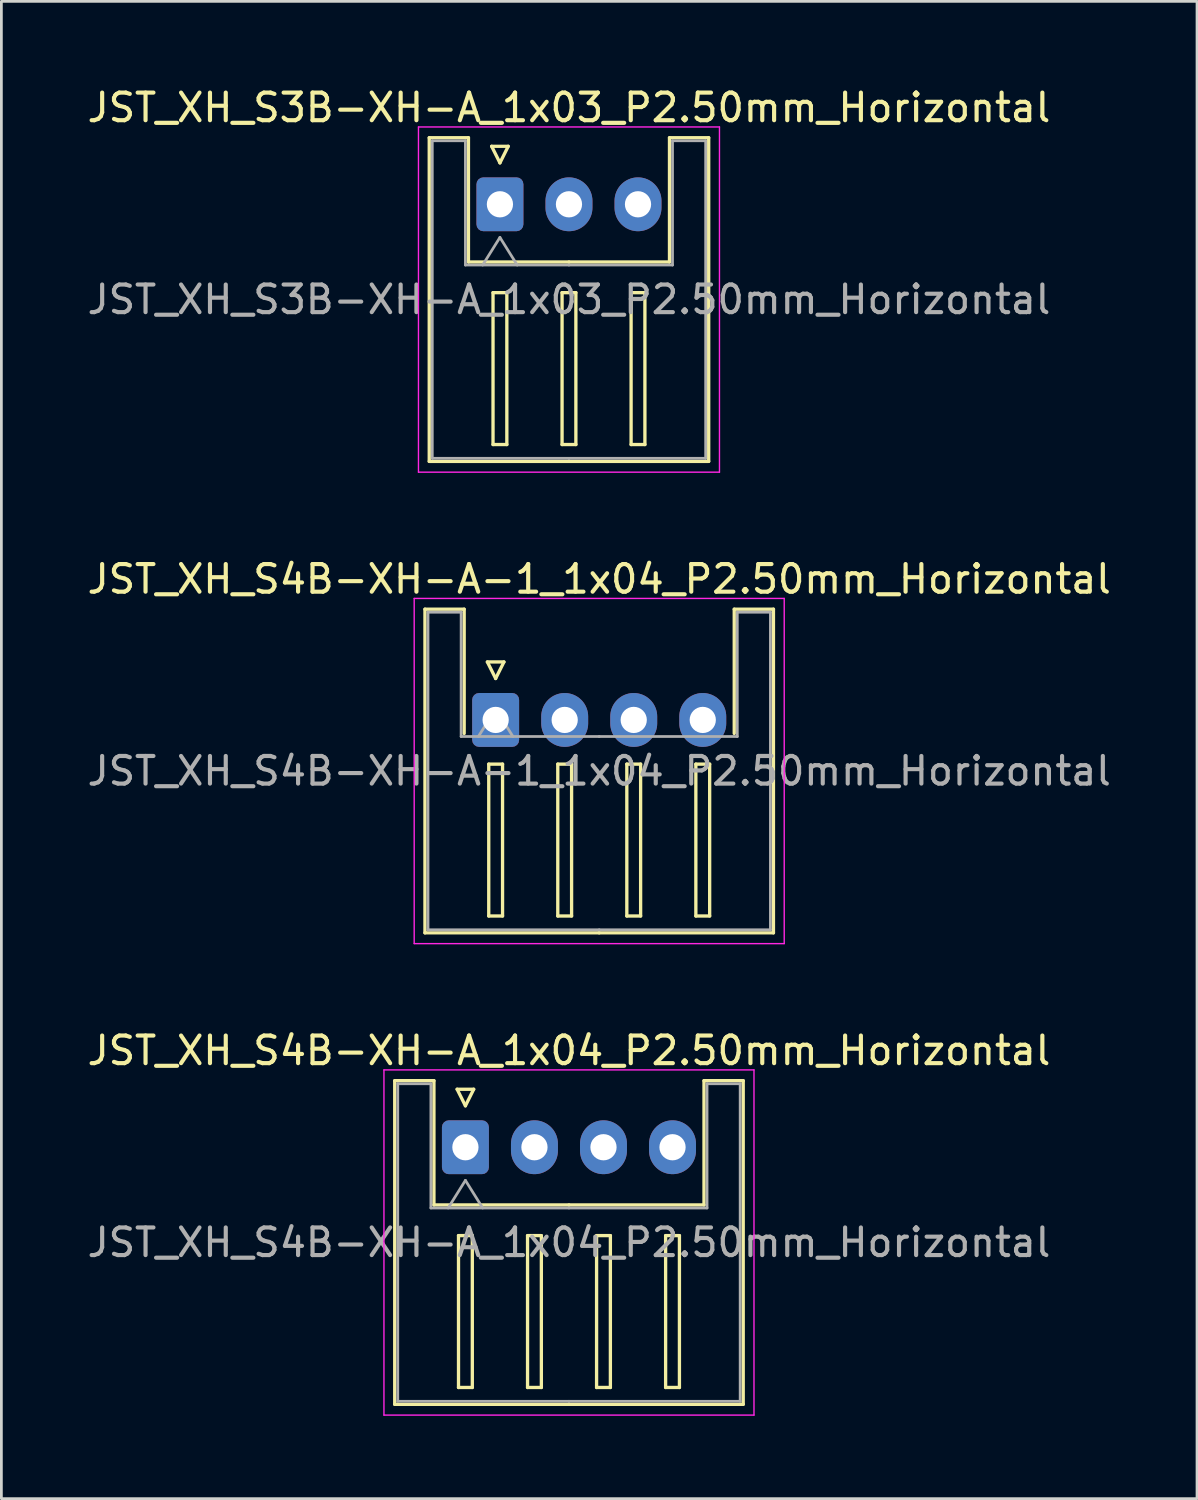
<source format=kicad_pcb>
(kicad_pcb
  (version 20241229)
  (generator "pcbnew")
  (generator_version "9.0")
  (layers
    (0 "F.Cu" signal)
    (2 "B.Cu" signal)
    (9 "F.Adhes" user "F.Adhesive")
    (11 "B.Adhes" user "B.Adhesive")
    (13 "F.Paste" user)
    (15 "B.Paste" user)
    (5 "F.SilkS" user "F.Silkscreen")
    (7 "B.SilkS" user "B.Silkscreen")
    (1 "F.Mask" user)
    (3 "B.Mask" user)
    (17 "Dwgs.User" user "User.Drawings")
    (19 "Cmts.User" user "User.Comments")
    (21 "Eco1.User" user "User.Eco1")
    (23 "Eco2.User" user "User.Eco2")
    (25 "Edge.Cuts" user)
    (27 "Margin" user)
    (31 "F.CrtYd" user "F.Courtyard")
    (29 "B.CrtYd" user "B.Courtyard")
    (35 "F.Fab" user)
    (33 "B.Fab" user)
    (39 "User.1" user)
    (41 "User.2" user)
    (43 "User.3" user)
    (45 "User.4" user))
  (footprint "JST_XH_S4B-XH-A-1_1x04_P2.50mm_Horizontal"
    (layer "F.Cu")
    (at 14.899 23.021)
    (property "Reference" "JST_XH_S4B-XH-A-1_1x04_P2.50mm_Horizontal" (at 3.75 -5.1 0) (layer "F.SilkS") (effects (font (size 1 1) (thickness 0.15))))
    (attr through_hole)
    (fp_line (start -2.56 -4.01) (end -1.14 -4.01) (stroke (width 0.12) (type solid)) (layer "F.SilkS"))
    (fp_line (start -2.56 7.71) (end -2.56 -4.01) (stroke (width 0.12) (type solid)) (layer "F.SilkS"))
    (fp_line (start -1.14 -4.01) (end -1.14 0.49) (stroke (width 0.12) (type solid)) (layer "F.SilkS"))
    (fp_line (start -0.3 -2.1) (end 0.3 -2.1) (stroke (width 0.12) (type solid)) (layer "F.SilkS"))
    (fp_line (start -0.25 1.6) (end -0.25 7.1) (stroke (width 0.12) (type solid)) (layer "F.SilkS"))
    (fp_line (start -0.25 7.1) (end 0.25 7.1) (stroke (width 0.12) (type solid)) (layer "F.SilkS"))
    (fp_line (start 0 -1.5) (end -0.3 -2.1) (stroke (width 0.12) (type solid)) (layer "F.SilkS"))
    (fp_line (start 0.25 1.6) (end -0.25 1.6) (stroke (width 0.12) (type solid)) (layer "F.SilkS"))
    (fp_line (start 0.25 7.1) (end 0.25 1.6) (stroke (width 0.12) (type solid)) (layer "F.SilkS"))
    (fp_line (start 0.3 -2.1) (end 0 -1.5) (stroke (width 0.12) (type solid)) (layer "F.SilkS"))
    (fp_line (start 2.25 1.6) (end 2.25 7.1) (stroke (width 0.12) (type solid)) (layer "F.SilkS"))
    (fp_line (start 2.25 7.1) (end 2.75 7.1) (stroke (width 0.12) (type solid)) (layer "F.SilkS"))
    (fp_line (start 2.75 1.6) (end 2.25 1.6) (stroke (width 0.12) (type solid)) (layer "F.SilkS"))
    (fp_line (start 2.75 7.1) (end 2.75 1.6) (stroke (width 0.12) (type solid)) (layer "F.SilkS"))
    (fp_line (start 3.75 7.71) (end -2.56 7.71) (stroke (width 0.12) (type solid)) (layer "F.SilkS"))
    (fp_line (start 3.75 7.71) (end 10.06 7.71) (stroke (width 0.12) (type solid)) (layer "F.SilkS"))
    (fp_line (start 4.75 1.6) (end 4.75 7.1) (stroke (width 0.12) (type solid)) (layer "F.SilkS"))
    (fp_line (start 4.75 7.1) (end 5.25 7.1) (stroke (width 0.12) (type solid)) (layer "F.SilkS"))
    (fp_line (start 5.25 1.6) (end 4.75 1.6) (stroke (width 0.12) (type solid)) (layer "F.SilkS"))
    (fp_line (start 5.25 7.1) (end 5.25 1.6) (stroke (width 0.12) (type solid)) (layer "F.SilkS"))
    (fp_line (start 7.25 1.6) (end 7.25 7.1) (stroke (width 0.12) (type solid)) (layer "F.SilkS"))
    (fp_line (start 7.25 7.1) (end 7.75 7.1) (stroke (width 0.12) (type solid)) (layer "F.SilkS"))
    (fp_line (start 7.75 1.6) (end 7.25 1.6) (stroke (width 0.12) (type solid)) (layer "F.SilkS"))
    (fp_line (start 7.75 7.1) (end 7.75 1.6) (stroke (width 0.12) (type solid)) (layer "F.SilkS"))
    (fp_line (start 8.64 -4.01) (end 8.64 0.49) (stroke (width 0.12) (type solid)) (layer "F.SilkS"))
    (fp_line (start 10.06 -4.01) (end 8.64 -4.01) (stroke (width 0.12) (type solid)) (layer "F.SilkS"))
    (fp_line (start 10.06 7.71) (end 10.06 -4.01) (stroke (width 0.12) (type solid)) (layer "F.SilkS"))
    (fp_line (start -2.95 -4.4) (end -2.95 8.1) (stroke (width 0.05) (type solid)) (layer "F.CrtYd"))
    (fp_line (start -2.95 8.1) (end 10.45 8.1) (stroke (width 0.05) (type solid)) (layer "F.CrtYd"))
    (fp_line (start 10.45 -4.4) (end -2.95 -4.4) (stroke (width 0.05) (type solid)) (layer "F.CrtYd"))
    (fp_line (start 10.45 8.1) (end 10.45 -4.4) (stroke (width 0.05) (type solid)) (layer "F.CrtYd"))
    (fp_line (start -2.45 -3.9) (end -1.25 -3.9) (stroke (width 0.1) (type solid)) (layer "F.Fab"))
    (fp_line (start -2.45 7.6) (end -2.45 -3.9) (stroke (width 0.1) (type solid)) (layer "F.Fab"))
    (fp_line (start -1.25 -3.9) (end -1.25 0.6) (stroke (width 0.1) (type solid)) (layer "F.Fab"))
    (fp_line (start -1.25 0.6) (end 3.75 0.6) (stroke (width 0.1) (type solid)) (layer "F.Fab"))
    (fp_line (start -0.625 0.6) (end 0 -0.4) (stroke (width 0.1) (type solid)) (layer "F.Fab"))
    (fp_line (start 0 -0.4) (end 0.625 0.6) (stroke (width 0.1) (type solid)) (layer "F.Fab"))
    (fp_line (start 3.75 7.6) (end -2.45 7.6) (stroke (width 0.1) (type solid)) (layer "F.Fab"))
    (fp_line (start 3.75 7.6) (end 9.95 7.6) (stroke (width 0.1) (type solid)) (layer "F.Fab"))
    (fp_line (start 8.75 -3.9) (end 8.75 0.6) (stroke (width 0.1) (type solid)) (layer "F.Fab"))
    (fp_line (start 8.75 0.6) (end 3.75 0.6) (stroke (width 0.1) (type solid)) (layer "F.Fab"))
    (fp_line (start 9.95 -3.9) (end 8.75 -3.9) (stroke (width 0.1) (type solid)) (layer "F.Fab"))
    (fp_line (start 9.95 7.6) (end 9.95 -3.9) (stroke (width 0.1) (type solid)) (layer "F.Fab"))
    (fp_text user "${REFERENCE}" (at 3.75 1.85 0) (layer "F.Fab") (effects (font (size 1 1) (thickness 0.15))))
    (pad "1" thru_hole roundrect (at 0 0) (size 1.7 1.95) (drill 0.95) (layers "*.Cu" "*.Mask") (roundrect_rratio 0.147))
    (pad "2" thru_hole oval (at 2.5 0) (size 1.7 1.95) (drill 0.95) (layers "*.Cu" "*.Mask"))
    (pad "3" thru_hole oval (at 5 0) (size 1.7 1.95) (drill 0.95) (layers "*.Cu" "*.Mask"))
    (pad "4" thru_hole oval (at 7.5 0) (size 1.7 1.95) (drill 0.95) (layers "*.Cu" "*.Mask")))
  (footprint "JST_XH_S4B-XH-A_1x04_P2.50mm_Horizontal"
    (layer "F.Cu")
    (at 13.804 38.495)
    (property "Reference" "JST_XH_S4B-XH-A_1x04_P2.50mm_Horizontal" (at 3.75 -3.5 0) (layer "F.SilkS") (effects (font (size 1 1) (thickness 0.15))))
    (attr through_hole)
    (fp_line (start -2.56 -2.41) (end -1.14 -2.41) (stroke (width 0.12) (type solid)) (layer "F.SilkS"))
    (fp_line (start -2.56 9.31) (end -2.56 -2.41) (stroke (width 0.12) (type solid)) (layer "F.SilkS"))
    (fp_line (start -1.14 -2.41) (end -1.14 2.09) (stroke (width 0.12) (type solid)) (layer "F.SilkS"))
    (fp_line (start -1.14 2.09) (end 3.75 2.09) (stroke (width 0.12) (type solid)) (layer "F.SilkS"))
    (fp_line (start -0.3 -2.1) (end 0.3 -2.1) (stroke (width 0.12) (type solid)) (layer "F.SilkS"))
    (fp_line (start -0.25 3.2) (end -0.25 8.7) (stroke (width 0.12) (type solid)) (layer "F.SilkS"))
    (fp_line (start -0.25 8.7) (end 0.25 8.7) (stroke (width 0.12) (type solid)) (layer "F.SilkS"))
    (fp_line (start 0 -1.5) (end -0.3 -2.1) (stroke (width 0.12) (type solid)) (layer "F.SilkS"))
    (fp_line (start 0.25 3.2) (end -0.25 3.2) (stroke (width 0.12) (type solid)) (layer "F.SilkS"))
    (fp_line (start 0.25 8.7) (end 0.25 3.2) (stroke (width 0.12) (type solid)) (layer "F.SilkS"))
    (fp_line (start 0.3 -2.1) (end 0 -1.5) (stroke (width 0.12) (type solid)) (layer "F.SilkS"))
    (fp_line (start 2.25 3.2) (end 2.25 8.7) (stroke (width 0.12) (type solid)) (layer "F.SilkS"))
    (fp_line (start 2.25 8.7) (end 2.75 8.7) (stroke (width 0.12) (type solid)) (layer "F.SilkS"))
    (fp_line (start 2.75 3.2) (end 2.25 3.2) (stroke (width 0.12) (type solid)) (layer "F.SilkS"))
    (fp_line (start 2.75 8.7) (end 2.75 3.2) (stroke (width 0.12) (type solid)) (layer "F.SilkS"))
    (fp_line (start 3.75 9.31) (end -2.56 9.31) (stroke (width 0.12) (type solid)) (layer "F.SilkS"))
    (fp_line (start 3.75 9.31) (end 10.06 9.31) (stroke (width 0.12) (type solid)) (layer "F.SilkS"))
    (fp_line (start 4.75 3.2) (end 4.75 8.7) (stroke (width 0.12) (type solid)) (layer "F.SilkS"))
    (fp_line (start 4.75 8.7) (end 5.25 8.7) (stroke (width 0.12) (type solid)) (layer "F.SilkS"))
    (fp_line (start 5.25 3.2) (end 4.75 3.2) (stroke (width 0.12) (type solid)) (layer "F.SilkS"))
    (fp_line (start 5.25 8.7) (end 5.25 3.2) (stroke (width 0.12) (type solid)) (layer "F.SilkS"))
    (fp_line (start 7.25 3.2) (end 7.25 8.7) (stroke (width 0.12) (type solid)) (layer "F.SilkS"))
    (fp_line (start 7.25 8.7) (end 7.75 8.7) (stroke (width 0.12) (type solid)) (layer "F.SilkS"))
    (fp_line (start 7.75 3.2) (end 7.25 3.2) (stroke (width 0.12) (type solid)) (layer "F.SilkS"))
    (fp_line (start 7.75 8.7) (end 7.75 3.2) (stroke (width 0.12) (type solid)) (layer "F.SilkS"))
    (fp_line (start 8.64 -2.41) (end 8.64 2.09) (stroke (width 0.12) (type solid)) (layer "F.SilkS"))
    (fp_line (start 8.64 2.09) (end 3.75 2.09) (stroke (width 0.12) (type solid)) (layer "F.SilkS"))
    (fp_line (start 10.06 -2.41) (end 8.64 -2.41) (stroke (width 0.12) (type solid)) (layer "F.SilkS"))
    (fp_line (start 10.06 9.31) (end 10.06 -2.41) (stroke (width 0.12) (type solid)) (layer "F.SilkS"))
    (fp_line (start -2.95 -2.8) (end -2.95 9.7) (stroke (width 0.05) (type solid)) (layer "F.CrtYd"))
    (fp_line (start -2.95 9.7) (end 10.45 9.7) (stroke (width 0.05) (type solid)) (layer "F.CrtYd"))
    (fp_line (start 10.45 -2.8) (end -2.95 -2.8) (stroke (width 0.05) (type solid)) (layer "F.CrtYd"))
    (fp_line (start 10.45 9.7) (end 10.45 -2.8) (stroke (width 0.05) (type solid)) (layer "F.CrtYd"))
    (fp_line (start -2.45 -2.3) (end -1.25 -2.3) (stroke (width 0.1) (type solid)) (layer "F.Fab"))
    (fp_line (start -2.45 9.2) (end -2.45 -2.3) (stroke (width 0.1) (type solid)) (layer "F.Fab"))
    (fp_line (start -1.25 -2.3) (end -1.25 2.2) (stroke (width 0.1) (type solid)) (layer "F.Fab"))
    (fp_line (start -1.25 2.2) (end 3.75 2.2) (stroke (width 0.1) (type solid)) (layer "F.Fab"))
    (fp_line (start -0.625 2.2) (end 0 1.2) (stroke (width 0.1) (type solid)) (layer "F.Fab"))
    (fp_line (start 0 1.2) (end 0.625 2.2) (stroke (width 0.1) (type solid)) (layer "F.Fab"))
    (fp_line (start 3.75 9.2) (end -2.45 9.2) (stroke (width 0.1) (type solid)) (layer "F.Fab"))
    (fp_line (start 3.75 9.2) (end 9.95 9.2) (stroke (width 0.1) (type solid)) (layer "F.Fab"))
    (fp_line (start 8.75 -2.3) (end 8.75 2.2) (stroke (width 0.1) (type solid)) (layer "F.Fab"))
    (fp_line (start 8.75 2.2) (end 3.75 2.2) (stroke (width 0.1) (type solid)) (layer "F.Fab"))
    (fp_line (start 9.95 -2.3) (end 8.75 -2.3) (stroke (width 0.1) (type solid)) (layer "F.Fab"))
    (fp_line (start 9.95 9.2) (end 9.95 -2.3) (stroke (width 0.1) (type solid)) (layer "F.Fab"))
    (fp_text user "${REFERENCE}" (at 3.75 3.45 0) (layer "F.Fab") (effects (font (size 1 1) (thickness 0.15))))
    (pad "1" thru_hole roundrect (at 0 0) (size 1.7 1.95) (drill 0.95) (layers "*.Cu" "*.Mask") (roundrect_rratio 0.147))
    (pad "2" thru_hole oval (at 2.5 0) (size 1.7 1.95) (drill 0.95) (layers "*.Cu" "*.Mask"))
    (pad "3" thru_hole oval (at 5 0) (size 1.7 1.95) (drill 0.95) (layers "*.Cu" "*.Mask"))
    (pad "4" thru_hole oval (at 7.5 0) (size 1.7 1.95) (drill 0.95) (layers "*.Cu" "*.Mask")))
  (footprint "JST_XH_S3B-XH-A_1x03_P2.50mm_Horizontal"
    (layer "F.Cu")
    (at 15.054 4.348)
    (property "Reference" "JST_XH_S3B-XH-A_1x03_P2.50mm_Horizontal" (at 2.5 -3.5 0) (layer "F.SilkS") (effects (font (size 1 1) (thickness 0.15))))
    (attr through_hole)
    (fp_line (start -2.56 -2.41) (end -1.14 -2.41) (stroke (width 0.12) (type solid)) (layer "F.SilkS"))
    (fp_line (start -2.56 9.31) (end -2.56 -2.41) (stroke (width 0.12) (type solid)) (layer "F.SilkS"))
    (fp_line (start -1.14 -2.41) (end -1.14 2.09) (stroke (width 0.12) (type solid)) (layer "F.SilkS"))
    (fp_line (start -1.14 2.09) (end 2.5 2.09) (stroke (width 0.12) (type solid)) (layer "F.SilkS"))
    (fp_line (start -0.3 -2.1) (end 0.3 -2.1) (stroke (width 0.12) (type solid)) (layer "F.SilkS"))
    (fp_line (start -0.25 3.2) (end -0.25 8.7) (stroke (width 0.12) (type solid)) (layer "F.SilkS"))
    (fp_line (start -0.25 8.7) (end 0.25 8.7) (stroke (width 0.12) (type solid)) (layer "F.SilkS"))
    (fp_line (start 0 -1.5) (end -0.3 -2.1) (stroke (width 0.12) (type solid)) (layer "F.SilkS"))
    (fp_line (start 0.25 3.2) (end -0.25 3.2) (stroke (width 0.12) (type solid)) (layer "F.SilkS"))
    (fp_line (start 0.25 8.7) (end 0.25 3.2) (stroke (width 0.12) (type solid)) (layer "F.SilkS"))
    (fp_line (start 0.3 -2.1) (end 0 -1.5) (stroke (width 0.12) (type solid)) (layer "F.SilkS"))
    (fp_line (start 2.25 3.2) (end 2.25 8.7) (stroke (width 0.12) (type solid)) (layer "F.SilkS"))
    (fp_line (start 2.25 8.7) (end 2.75 8.7) (stroke (width 0.12) (type solid)) (layer "F.SilkS"))
    (fp_line (start 2.5 9.31) (end -2.56 9.31) (stroke (width 0.12) (type solid)) (layer "F.SilkS"))
    (fp_line (start 2.5 9.31) (end 7.56 9.31) (stroke (width 0.12) (type solid)) (layer "F.SilkS"))
    (fp_line (start 2.75 3.2) (end 2.25 3.2) (stroke (width 0.12) (type solid)) (layer "F.SilkS"))
    (fp_line (start 2.75 8.7) (end 2.75 3.2) (stroke (width 0.12) (type solid)) (layer "F.SilkS"))
    (fp_line (start 4.75 3.2) (end 4.75 8.7) (stroke (width 0.12) (type solid)) (layer "F.SilkS"))
    (fp_line (start 4.75 8.7) (end 5.25 8.7) (stroke (width 0.12) (type solid)) (layer "F.SilkS"))
    (fp_line (start 5.25 3.2) (end 4.75 3.2) (stroke (width 0.12) (type solid)) (layer "F.SilkS"))
    (fp_line (start 5.25 8.7) (end 5.25 3.2) (stroke (width 0.12) (type solid)) (layer "F.SilkS"))
    (fp_line (start 6.14 -2.41) (end 6.14 2.09) (stroke (width 0.12) (type solid)) (layer "F.SilkS"))
    (fp_line (start 6.14 2.09) (end 2.5 2.09) (stroke (width 0.12) (type solid)) (layer "F.SilkS"))
    (fp_line (start 7.56 -2.41) (end 6.14 -2.41) (stroke (width 0.12) (type solid)) (layer "F.SilkS"))
    (fp_line (start 7.56 9.31) (end 7.56 -2.41) (stroke (width 0.12) (type solid)) (layer "F.SilkS"))
    (fp_line (start -2.95 -2.8) (end -2.95 9.7) (stroke (width 0.05) (type solid)) (layer "F.CrtYd"))
    (fp_line (start -2.95 9.7) (end 7.95 9.7) (stroke (width 0.05) (type solid)) (layer "F.CrtYd"))
    (fp_line (start 7.95 -2.8) (end -2.95 -2.8) (stroke (width 0.05) (type solid)) (layer "F.CrtYd"))
    (fp_line (start 7.95 9.7) (end 7.95 -2.8) (stroke (width 0.05) (type solid)) (layer "F.CrtYd"))
    (fp_line (start -2.45 -2.3) (end -1.25 -2.3) (stroke (width 0.1) (type solid)) (layer "F.Fab"))
    (fp_line (start -2.45 9.2) (end -2.45 -2.3) (stroke (width 0.1) (type solid)) (layer "F.Fab"))
    (fp_line (start -1.25 -2.3) (end -1.25 2.2) (stroke (width 0.1) (type solid)) (layer "F.Fab"))
    (fp_line (start -1.25 2.2) (end 2.5 2.2) (stroke (width 0.1) (type solid)) (layer "F.Fab"))
    (fp_line (start -0.625 2.2) (end 0 1.2) (stroke (width 0.1) (type solid)) (layer "F.Fab"))
    (fp_line (start 0 1.2) (end 0.625 2.2) (stroke (width 0.1) (type solid)) (layer "F.Fab"))
    (fp_line (start 2.5 9.2) (end -2.45 9.2) (stroke (width 0.1) (type solid)) (layer "F.Fab"))
    (fp_line (start 2.5 9.2) (end 7.45 9.2) (stroke (width 0.1) (type solid)) (layer "F.Fab"))
    (fp_line (start 6.25 -2.3) (end 6.25 2.2) (stroke (width 0.1) (type solid)) (layer "F.Fab"))
    (fp_line (start 6.25 2.2) (end 2.5 2.2) (stroke (width 0.1) (type solid)) (layer "F.Fab"))
    (fp_line (start 7.45 -2.3) (end 6.25 -2.3) (stroke (width 0.1) (type solid)) (layer "F.Fab"))
    (fp_line (start 7.45 9.2) (end 7.45 -2.3) (stroke (width 0.1) (type solid)) (layer "F.Fab"))
    (fp_text user "${REFERENCE}" (at 2.5 3.45 0) (layer "F.Fab") (effects (font (size 1 1) (thickness 0.15))))
    (pad "1" thru_hole roundrect (at 0 0) (size 1.7 1.95) (drill 0.95) (layers "*.Cu" "*.Mask") (roundrect_rratio 0.147))
    (pad "2" thru_hole oval (at 2.5 0) (size 1.7 1.95) (drill 0.95) (layers "*.Cu" "*.Mask"))
    (pad "3" thru_hole oval (at 5 0) (size 1.7 1.95) (drill 0.95) (layers "*.Cu" "*.Mask")))
  (gr_rect
    (start -3 -3)
    (end 40.298 51.22)
    (stroke (width 0.1) (type default))
    (fill no)
    (layer "Edge.Cuts")))
</source>
